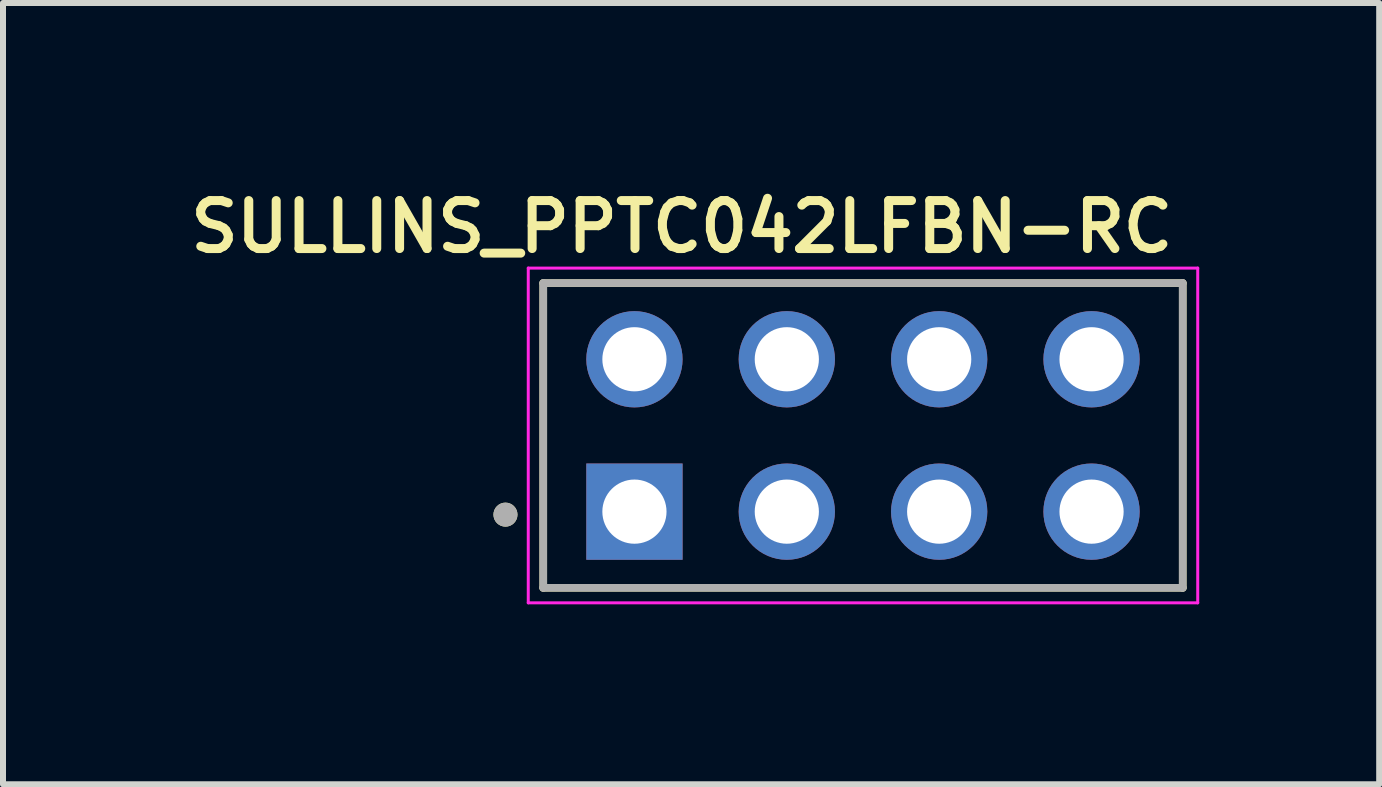
<source format=kicad_pcb>
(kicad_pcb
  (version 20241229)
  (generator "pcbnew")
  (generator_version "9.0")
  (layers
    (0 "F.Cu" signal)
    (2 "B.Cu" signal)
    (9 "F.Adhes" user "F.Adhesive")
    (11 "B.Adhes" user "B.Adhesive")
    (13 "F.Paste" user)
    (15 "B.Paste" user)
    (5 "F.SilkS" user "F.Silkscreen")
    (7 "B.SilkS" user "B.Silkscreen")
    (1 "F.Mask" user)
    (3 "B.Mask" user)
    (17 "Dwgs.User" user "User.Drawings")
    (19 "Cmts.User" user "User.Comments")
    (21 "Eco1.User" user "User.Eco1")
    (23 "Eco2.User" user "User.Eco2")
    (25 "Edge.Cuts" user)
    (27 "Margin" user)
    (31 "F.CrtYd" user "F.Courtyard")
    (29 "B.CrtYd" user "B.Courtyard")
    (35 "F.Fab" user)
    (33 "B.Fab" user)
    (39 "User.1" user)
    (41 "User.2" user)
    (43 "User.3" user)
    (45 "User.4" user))
  (footprint "SULLINS_PPTC042LFBN-RC"
    (layer "F.Cu")
    (at 11.336 4.209)
    (property "Reference" "SULLINS_PPTC042LFBN-RC" (at -3.02 -3.478 0) (layer "F.SilkS") (effects (font (size 0.8 0.8) (thickness 0.15))))
    (attr through_hole)
    (fp_line (start -5.33 -2.54) (end -5.33 2.54) (stroke (width 0.127) (type solid)) (layer "F.SilkS"))
    (fp_line (start -5.33 2.54) (end 5.33 2.54) (stroke (width 0.127) (type solid)) (layer "F.SilkS"))
    (fp_line (start 5.33 -2.54) (end -5.33 -2.54) (stroke (width 0.127) (type solid)) (layer "F.SilkS"))
    (fp_line (start 5.33 2.54) (end 5.33 -2.54) (stroke (width 0.127) (type solid)) (layer "F.SilkS"))
    (fp_circle (center -5.96 1.32) (end -5.86 1.32) (stroke (width 0.2) (type solid)) (fill no) (layer "F.SilkS"))
    (fp_line (start -5.58 -2.79) (end -5.58 2.79) (stroke (width 0.05) (type solid)) (layer "F.CrtYd"))
    (fp_line (start -5.58 2.79) (end 5.58 2.79) (stroke (width 0.05) (type solid)) (layer "F.CrtYd"))
    (fp_line (start 5.58 -2.79) (end -5.58 -2.79) (stroke (width 0.05) (type solid)) (layer "F.CrtYd"))
    (fp_line (start 5.58 2.79) (end 5.58 -2.79) (stroke (width 0.05) (type solid)) (layer "F.CrtYd"))
    (fp_line (start -5.33 -2.54) (end -5.33 2.54) (stroke (width 0.127) (type solid)) (layer "F.Fab"))
    (fp_line (start -5.33 2.54) (end 5.33 2.54) (stroke (width 0.127) (type solid)) (layer "F.Fab"))
    (fp_line (start 5.33 -2.54) (end -5.33 -2.54) (stroke (width 0.127) (type solid)) (layer "F.Fab"))
    (fp_line (start 5.33 2.54) (end 5.33 -2.54) (stroke (width 0.127) (type solid)) (layer "F.Fab"))
    (fp_circle (center -5.96 1.32) (end -5.86 1.32) (stroke (width 0.2) (type solid)) (fill no) (layer "F.Fab"))
    (pad "1" thru_hole rect (at -3.81 1.27) (size 1.605 1.605) (drill 1.07) (layers "*.Cu" "*.Mask"))
    (pad "2" thru_hole circle (at -3.81 -1.27) (size 1.605 1.605) (drill 1.07) (layers "*.Cu" "*.Mask"))
    (pad "3" thru_hole circle (at -1.27 1.27) (size 1.605 1.605) (drill 1.07) (layers "*.Cu" "*.Mask"))
    (pad "4" thru_hole circle (at -1.27 -1.27) (size 1.605 1.605) (drill 1.07) (layers "*.Cu" "*.Mask"))
    (pad "5" thru_hole circle (at 1.27 1.27) (size 1.605 1.605) (drill 1.07) (layers "*.Cu" "*.Mask"))
    (pad "6" thru_hole circle (at 1.27 -1.27) (size 1.605 1.605) (drill 1.07) (layers "*.Cu" "*.Mask"))
    (pad "7" thru_hole circle (at 3.81 1.27) (size 1.605 1.605) (drill 1.07) (layers "*.Cu" "*.Mask"))
    (pad "8" thru_hole circle (at 3.81 -1.27) (size 1.605 1.605) (drill 1.07) (layers "*.Cu" "*.Mask")))
  (gr_rect
    (start -3 -3)
    (end 19.941 10.024)
    (stroke (width 0.1) (type default))
    (fill no)
    (layer "Edge.Cuts")))
</source>
